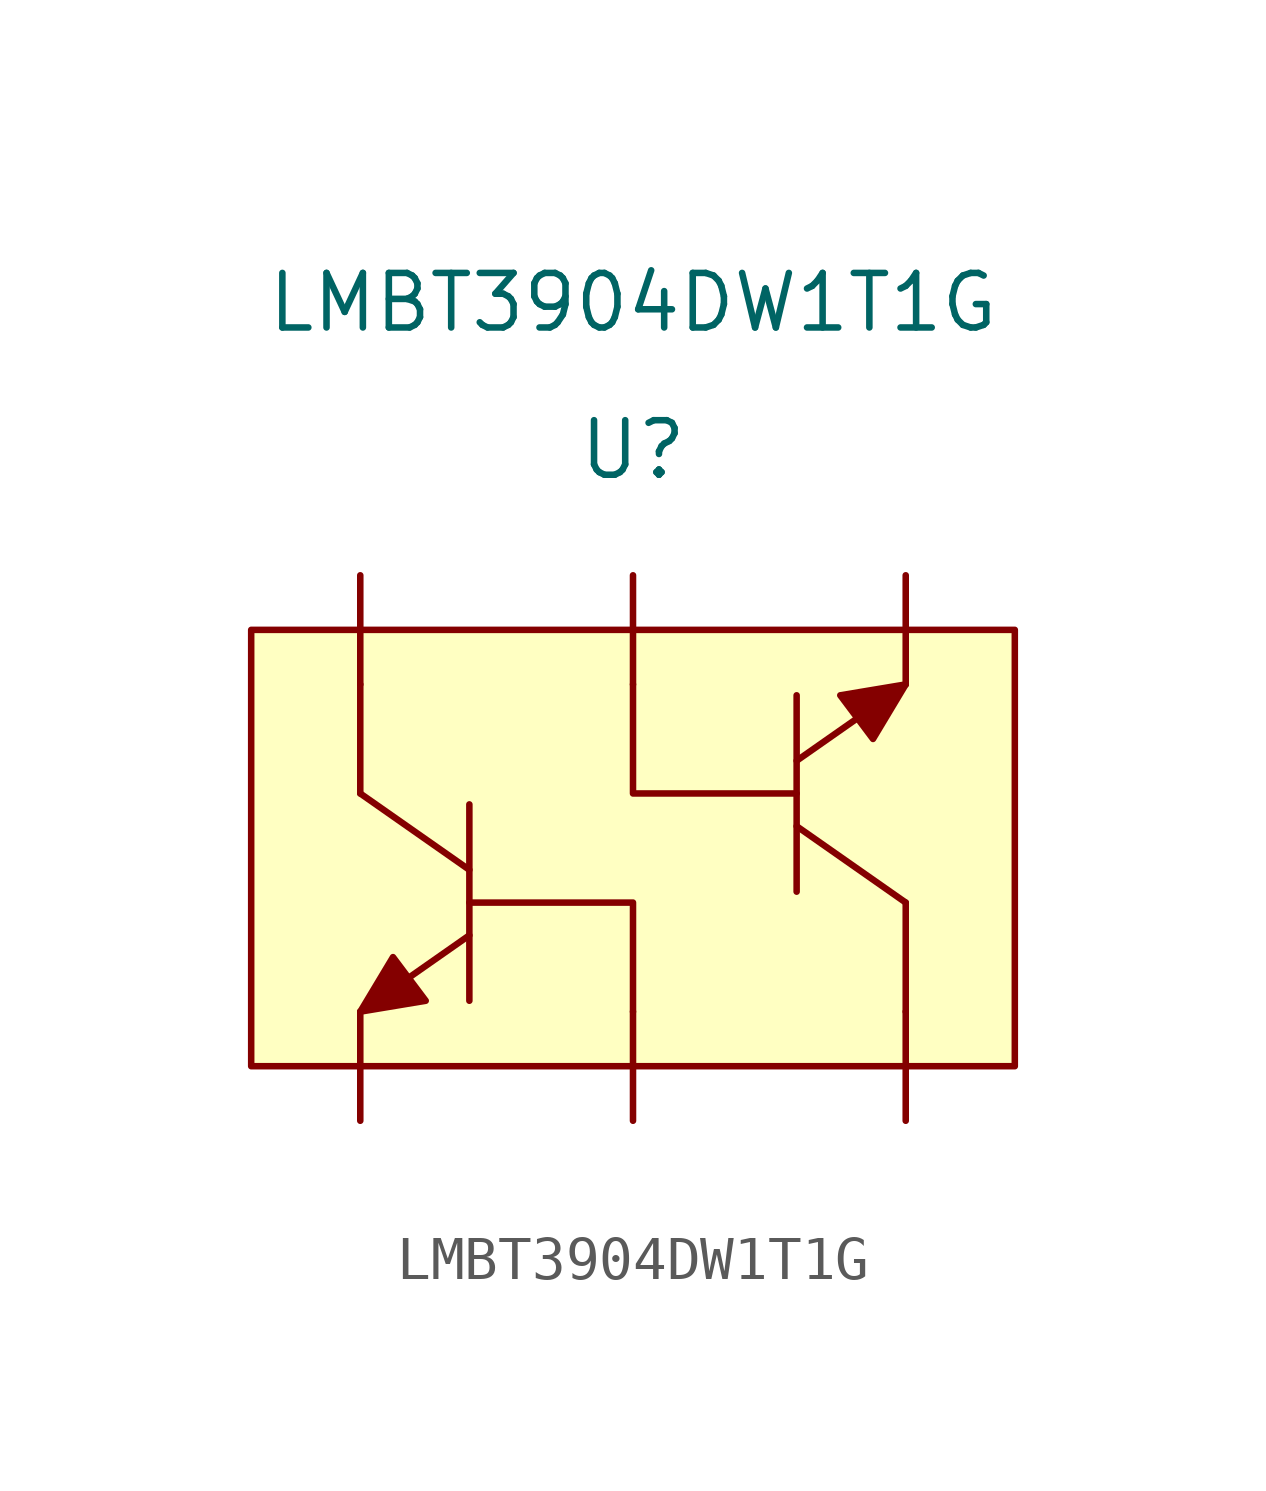
<source format=kicad_sym>
(kicad_symbol_lib
  (version 20220914)
  (generator kicad_symbol_editor)
  (symbol "LMBT3904DW1T1G"
    (pin_numbers hide)
    (pin_names
      (offset 1.016) hide)
    (property "Reference" "U"
      (at 0 9.271 0)
      (effects (font (size 1.27 1.27))))
    (property "Value" "LMBT3904DW1T1G"
      (at 0 12.7 0)
      (effects (font (size 1.27 1.27))))
    (symbol "LMBT3904DW1T1G_1_1"
      (rectangle (start -8.89 5.08) (end 8.89 -5.08) (stroke (width 0.152) (type default)) (fill (type background)))
      (polyline (pts (xy -6.35 1.27) (xy -3.81 -0.508)) (stroke (width 0.152) (type default)) (fill (type none)))
      (polyline (pts (xy -6.35 3.81) (xy -6.35 1.27)) (stroke (width 0.152) (type default)) (fill (type none)))
      (polyline (pts (xy -3.81 -2.032) (xy -6.35 -3.81)) (stroke (width 0.152) (type default)) (fill (type none)))
      (polyline (pts (xy -3.81 1.016) (xy -3.81 -3.556)) (stroke (width 0.152) (type default)) (fill (type none)))
      (polyline (pts (xy 3.81 -1.016) (xy 3.81 3.556)) (stroke (width 0.152) (type default)) (fill (type none)))
      (polyline (pts (xy 3.81 2.032) (xy 6.35 3.81)) (stroke (width 0.152) (type default)) (fill (type none)))
      (polyline (pts (xy 6.35 -1.27) (xy 3.81 0.508)) (stroke (width 0.152) (type default)) (fill (type none)))
      (polyline (pts (xy 6.35 -1.27) (xy 6.35 -3.81)) (stroke (width 0.152) (type default)) (fill (type none)))
      (polyline (pts (xy -3.81 -1.27) (xy 0 -1.27) (xy 0 -3.81)) (stroke (width 0.152) (type default)) (fill (type none)))
      (polyline (pts (xy -6.35 -3.81) (xy -5.588 -2.54) (xy -4.826 -3.556) (xy -6.35 -3.81)) (stroke (width 0.152) (type default)) (fill (type outline)))
      (polyline (pts (xy 0 3.81) (xy 0 2.54) (xy 0 1.27) (xy 3.81 1.27)) (stroke (width 0.152) (type default)) (fill (type none)))
      (polyline (pts (xy 6.35 3.81) (xy 5.588 2.54) (xy 4.826 3.556) (xy 6.35 3.81)) (stroke (width 0.152) (type default)) (fill (type outline)))
      (pin input line (at -6.35 -6.35 90) (length 2.54) (name "E" (effects (font (size 1.27 1.27)))) (number "1" (effects (font (size 1.27 1.27)))))
      (pin input line (at 0 -6.35 90) (length 2.54) (name "B" (effects (font (size 1.27 1.27)))) (number "2" (effects (font (size 1.27 1.27)))))
      (pin input line (at 6.35 -6.35 90) (length 2.54) (name "C" (effects (font (size 1.27 1.27)))) (number "3" (effects (font (size 1.27 1.27)))))
      (pin input line (at 6.35 6.35 270) (length 2.54) (name "E" (effects (font (size 1.27 1.27)))) (number "4" (effects (font (size 1.27 1.27)))))
      (pin input line (at 0 6.35 270) (length 2.54) (name "B" (effects (font (size 1.27 1.27)))) (number "5" (effects (font (size 1.27 1.27)))))
      (pin input line (at -6.35 6.35 270) (length 2.54) (name "C" (effects (font (size 1.27 1.27)))) (number "6" (effects (font (size 1.27 1.27))))))))
</source>
